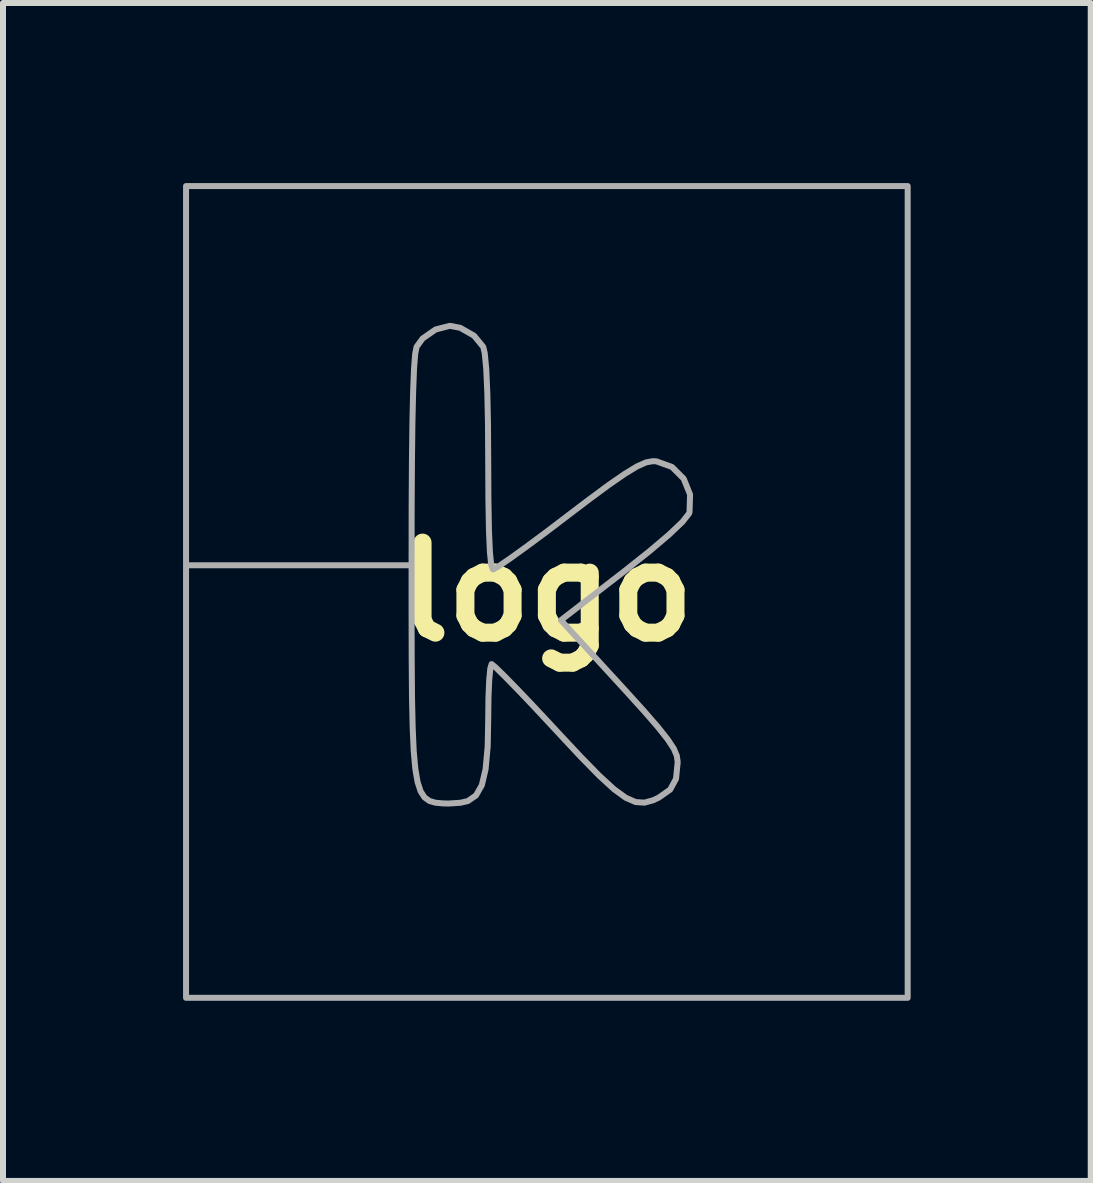
<source format=kicad_pcb>
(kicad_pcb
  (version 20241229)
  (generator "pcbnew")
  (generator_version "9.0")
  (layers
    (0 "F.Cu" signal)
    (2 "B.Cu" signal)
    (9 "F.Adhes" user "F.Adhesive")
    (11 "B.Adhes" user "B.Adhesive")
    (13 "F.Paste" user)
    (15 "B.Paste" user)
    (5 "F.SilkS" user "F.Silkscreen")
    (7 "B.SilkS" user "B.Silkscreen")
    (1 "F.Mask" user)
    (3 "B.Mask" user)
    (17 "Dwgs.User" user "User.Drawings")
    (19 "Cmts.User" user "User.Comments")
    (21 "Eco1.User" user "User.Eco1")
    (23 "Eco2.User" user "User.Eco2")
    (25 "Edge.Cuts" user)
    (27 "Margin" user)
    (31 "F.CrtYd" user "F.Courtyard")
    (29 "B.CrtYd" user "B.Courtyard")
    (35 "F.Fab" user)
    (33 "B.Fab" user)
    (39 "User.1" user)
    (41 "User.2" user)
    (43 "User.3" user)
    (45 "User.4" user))
  (footprint "logo"
    (layer "F.Cu")
    (at 6.062 6.813)
    (property "Reference" "logo" (at 0 0 0) (layer "F.SilkS") (effects (font (size 1.5 1.5) (thickness 0.3))))
    (attr board_only exclude_from_pos_files exclude_from_bom)
    (fp_poly (pts (xy 6.012 0) (xy 6.012 6.763) (xy 0 6.763) (xy -6.012 6.763) (xy -6.012 0) (xy -6.012 -0.459) (xy -2.254 -0.459) (xy -2.254 -0.444) (xy -2.254 0.427) (xy -2.252 1.16) (xy -2.247 1.766) (xy -2.236 2.258) (xy -2.219 2.647) (xy -2.192 2.947) (xy -2.154 3.168) (xy -2.103 3.323) (xy -2.038 3.424) (xy -1.956 3.483) (xy -1.856 3.512) (xy -1.736 3.523) (xy -1.641 3.526) (xy -1.441 3.513) (xy -1.318 3.485) (xy -1.182 3.392) (xy -1.084 3.221) (xy -1.021 2.954) (xy -0.986 2.573) (xy -0.977 2.108) (xy -0.973 1.759) (xy -0.961 1.473) (xy -0.943 1.278) (xy -0.921 1.203) (xy -0.921 1.203) (xy -0.855 1.256) (xy -0.704 1.404) (xy -0.484 1.629) (xy -0.211 1.916) (xy 0.099 2.248) (xy 0.17 2.325) (xy 0.563 2.745) (xy 0.874 3.063) (xy 1.12 3.288) (xy 1.316 3.43) (xy 1.479 3.501) (xy 1.625 3.511) (xy 1.771 3.471) (xy 1.864 3.427) (xy 2.055 3.293) (xy 2.152 3.114) (xy 2.179 2.842) (xy 2.179 2.83) (xy 2.165 2.729) (xy 2.115 2.611) (xy 2.014 2.458) (xy 1.851 2.252) (xy 1.612 1.977) (xy 1.284 1.615) (xy 1.207 1.531) (xy 0.234 0.471) (xy 1.284 -0.34) (xy 1.708 -0.677) (xy 2.036 -0.955) (xy 2.259 -1.167) (xy 2.368 -1.306) (xy 2.377 -1.327) (xy 2.386 -1.623) (xy 2.28 -1.887) (xy 2.084 -2.083) (xy 1.825 -2.176) (xy 1.766 -2.179) (xy 1.655 -2.159) (xy 1.505 -2.093) (xy 1.301 -1.969) (xy 1.024 -1.778) (xy 0.66 -1.508) (xy 0.357 -1.278) (xy -0.008 -1) (xy -0.335 -0.758) (xy -0.605 -0.563) (xy -0.797 -0.432) (xy -0.893 -0.377) (xy -0.898 -0.376) (xy -0.927 -0.447) (xy -0.949 -0.663) (xy -0.965 -1.025) (xy -0.974 -1.535) (xy -0.977 -2.138) (xy -0.981 -2.786) (xy -0.992 -3.314) (xy -1.01 -3.713) (xy -1.035 -3.976) (xy -1.06 -4.084) (xy -1.214 -4.27) (xy -1.444 -4.401) (xy -1.616 -4.434) (xy -1.854 -4.373) (xy -2.07 -4.223) (xy -2.171 -4.084) (xy -2.194 -3.967) (xy -2.213 -3.724) (xy -2.228 -3.349) (xy -2.24 -2.838) (xy -2.248 -2.189) (xy -2.253 -1.398) (xy -2.254 -0.459) (xy -6.012 -0.459) (xy -6.012 -6.763) (xy 0 -6.763) (xy 6.012 -6.763)) (stroke (width 0.1) (type solid)) (fill no) (layer "F.Fab")))
  (gr_rect
    (start -3 -3)
    (end 15.124 16.627)
    (stroke (width 0.1) (type default))
    (fill no)
    (layer "Edge.Cuts")))
</source>
